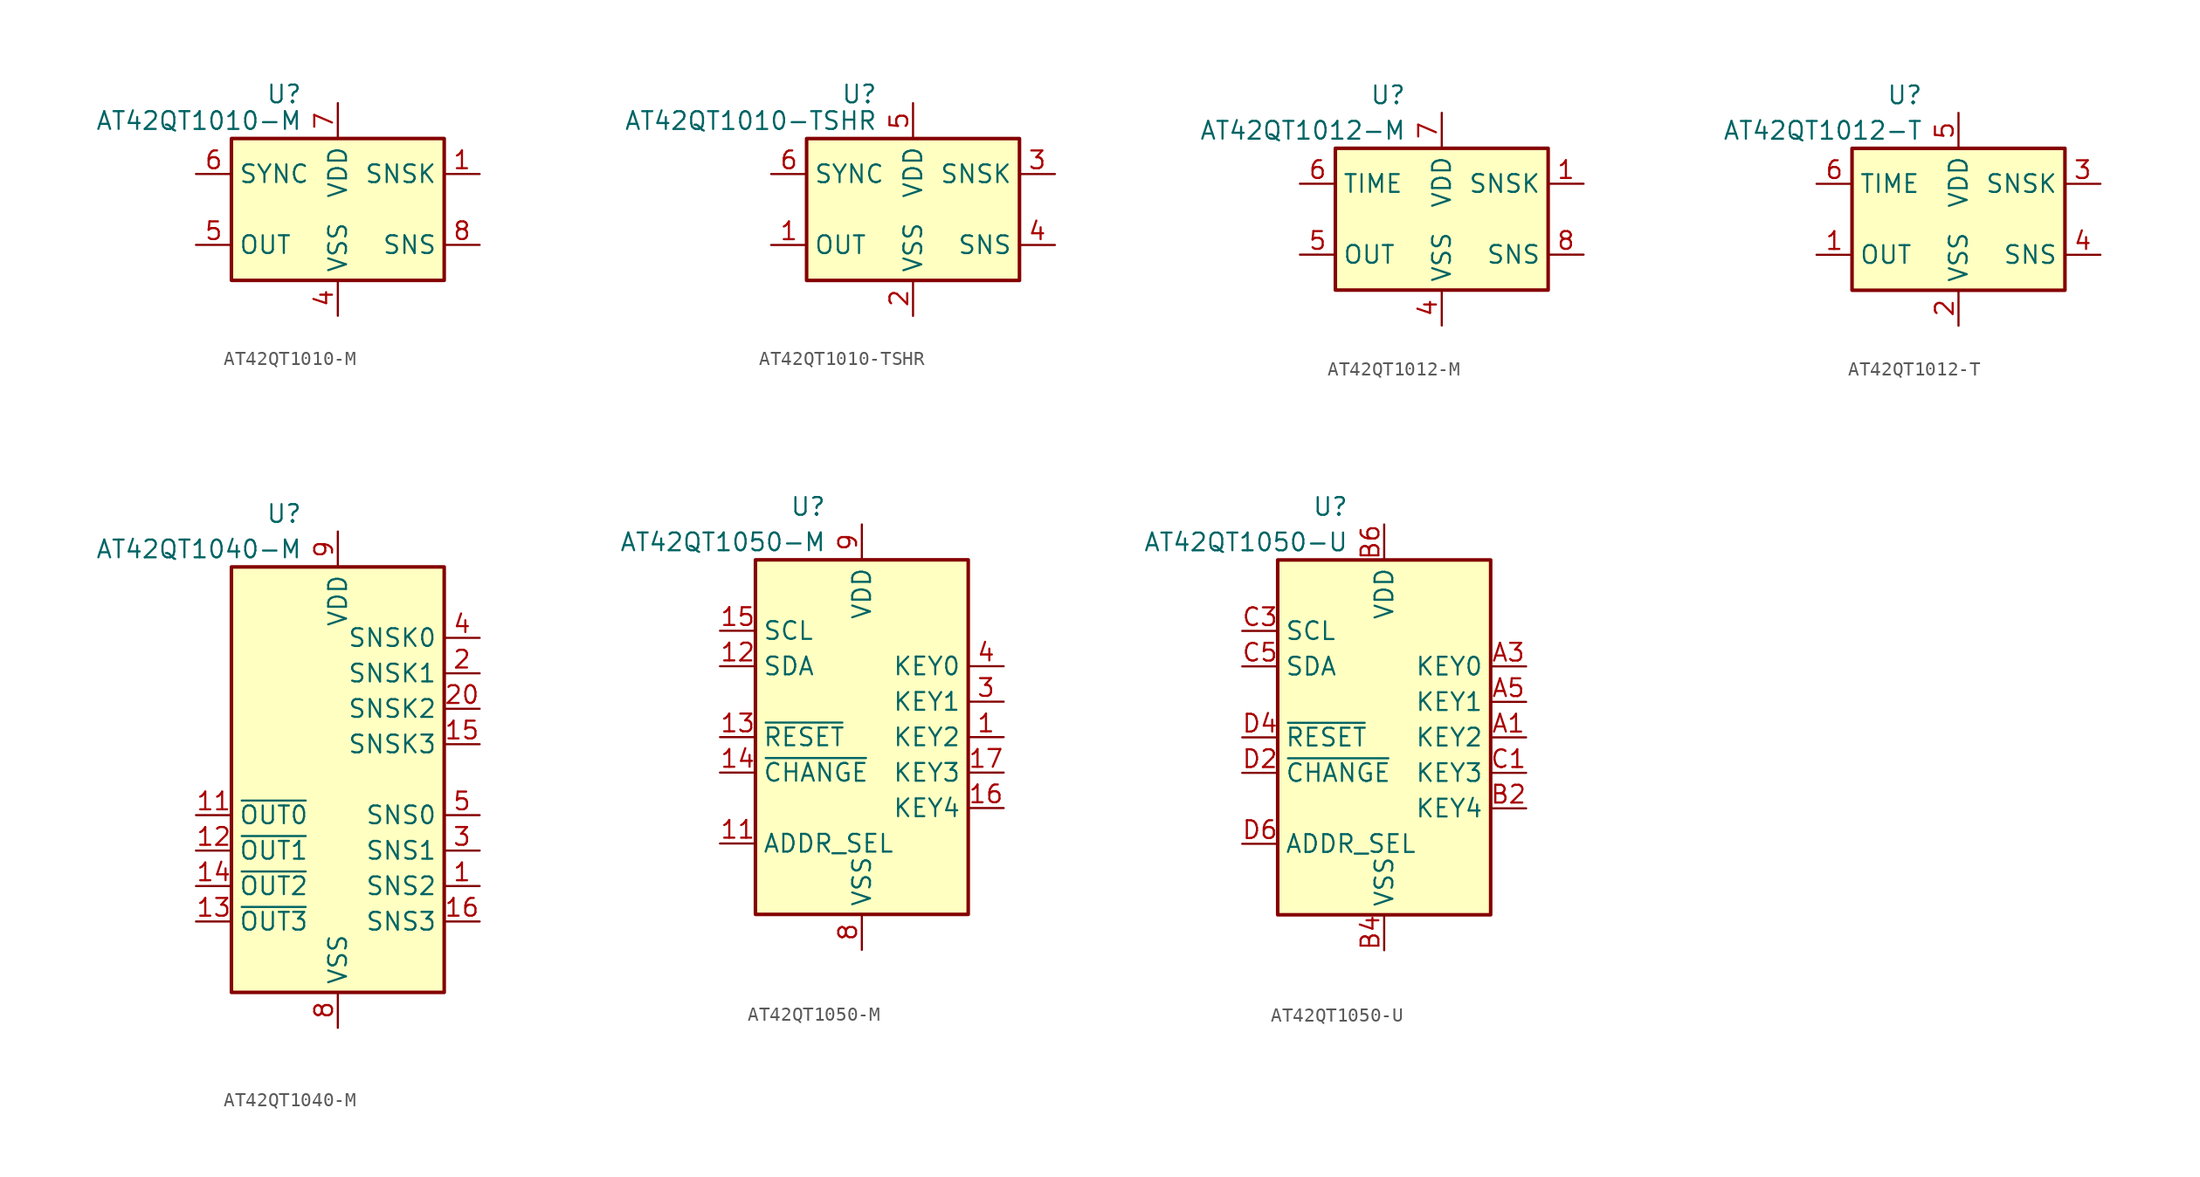
<source format=kicad_sym>
(kicad_symbol_lib
  (version 20231120)
  (generator "kicad_symbol_editor")
  (generator_version "8.0")
  (symbol "AT42QT1010-M"
    (property "Reference" "U"
      (at -2.54 8.255 0)
      (effects (font (size 1.27 1.27)) (justify right)))
    (property "Value" "AT42QT1010-M"
      (at -2.54 6.35 0)
      (effects (font (size 1.27 1.27)) (justify right)))
    (symbol "AT42QT1010-M_0_1"
      (rectangle (start -7.62 5.08) (end 7.62 -5.08) (stroke (width 0.254) (type default)) (fill (type background))))
    (symbol "AT42QT1010-M_1_1"
      (pin passive line (at 10.16 2.54 180) (length 2.54) (name "SNSK" (effects (font (size 1.27 1.27)))) (number "1" (effects (font (size 1.27 1.27)))))
      (pin no_connect line (at -7.62 0 0) (length 2.54) hide (name "NC" (effects (font (size 1.27 1.27)))) (number "2" (effects (font (size 1.27 1.27)))))
      (pin no_connect line (at 7.62 0 180) (length 2.54) hide (name "NC" (effects (font (size 1.27 1.27)))) (number "3" (effects (font (size 1.27 1.27)))))
      (pin power_in line (at 0 -7.62 90) (length 2.54) (name "VSS" (effects (font (size 1.27 1.27)))) (number "4" (effects (font (size 1.27 1.27)))))
      (pin output line (at -10.16 -2.54 0) (length 2.54) (name "OUT" (effects (font (size 1.27 1.27)))) (number "5" (effects (font (size 1.27 1.27)))))
      (pin input line (at -10.16 2.54 0) (length 2.54) (name "SYNC" (effects (font (size 1.27 1.27)))) (number "6" (effects (font (size 1.27 1.27)))))
      (pin power_in line (at 0 7.62 270) (length 2.54) (name "VDD" (effects (font (size 1.27 1.27)))) (number "7" (effects (font (size 1.27 1.27)))))
      (pin passive line (at 10.16 -2.54 180) (length 2.54) (name "SNS" (effects (font (size 1.27 1.27)))) (number "8" (effects (font (size 1.27 1.27)))))
      (pin passive line (at 0 -7.62 90) (length 2.54) hide (name "VSS" (effects (font (size 1.27 1.27)))) (number "9" (effects (font (size 1.27 1.27)))))))
  (symbol "AT42QT1010-TSHR"
    (property "Reference" "U"
      (at -2.54 8.255 0)
      (effects (font (size 1.27 1.27)) (justify right)))
    (property "Value" "AT42QT1010-TSHR"
      (at -2.54 6.35 0)
      (effects (font (size 1.27 1.27)) (justify right)))
    (symbol "AT42QT1010-TSHR_0_1"
      (rectangle (start -7.62 5.08) (end 7.62 -5.08) (stroke (width 0.254) (type default)) (fill (type background))))
    (symbol "AT42QT1010-TSHR_1_1"
      (pin output line (at -10.16 -2.54 0) (length 2.54) (name "OUT" (effects (font (size 1.27 1.27)))) (number "1" (effects (font (size 1.27 1.27)))))
      (pin power_in line (at 0 -7.62 90) (length 2.54) (name "VSS" (effects (font (size 1.27 1.27)))) (number "2" (effects (font (size 1.27 1.27)))))
      (pin passive line (at 10.16 2.54 180) (length 2.54) (name "SNSK" (effects (font (size 1.27 1.27)))) (number "3" (effects (font (size 1.27 1.27)))))
      (pin passive line (at 10.16 -2.54 180) (length 2.54) (name "SNS" (effects (font (size 1.27 1.27)))) (number "4" (effects (font (size 1.27 1.27)))))
      (pin power_in line (at 0 7.62 270) (length 2.54) (name "VDD" (effects (font (size 1.27 1.27)))) (number "5" (effects (font (size 1.27 1.27)))))
      (pin input line (at -10.16 2.54 0) (length 2.54) (name "SYNC" (effects (font (size 1.27 1.27)))) (number "6" (effects (font (size 1.27 1.27)))))))
  (symbol "AT42QT1012-M"
    (property "Reference" "U"
      (at -2.54 8.89 0)
      (effects (font (size 1.27 1.27)) (justify right)))
    (property "Value" "AT42QT1012-M"
      (at -2.54 6.35 0)
      (effects (font (size 1.27 1.27)) (justify right)))
    (symbol "AT42QT1012-M_0_1"
      (rectangle (start -7.62 5.08) (end 7.62 -5.08) (stroke (width 0.254) (type default)) (fill (type background))))
    (symbol "AT42QT1012-M_1_1"
      (pin passive line (at 10.16 2.54 180) (length 2.54) (name "SNSK" (effects (font (size 1.27 1.27)))) (number "1" (effects (font (size 1.27 1.27)))))
      (pin no_connect line (at -7.62 0 0) (length 2.54) hide (name "NC" (effects (font (size 1.27 1.27)))) (number "2" (effects (font (size 1.27 1.27)))))
      (pin no_connect line (at 7.62 0 180) (length 2.54) hide (name "NC" (effects (font (size 1.27 1.27)))) (number "3" (effects (font (size 1.27 1.27)))))
      (pin power_in line (at 0 -7.62 90) (length 2.54) (name "VSS" (effects (font (size 1.27 1.27)))) (number "4" (effects (font (size 1.27 1.27)))))
      (pin output line (at -10.16 -2.54 0) (length 2.54) (name "OUT" (effects (font (size 1.27 1.27)))) (number "5" (effects (font (size 1.27 1.27)))))
      (pin input line (at -10.16 2.54 0) (length 2.54) (name "TIME" (effects (font (size 1.27 1.27)))) (number "6" (effects (font (size 1.27 1.27)))))
      (pin power_in line (at 0 7.62 270) (length 2.54) (name "VDD" (effects (font (size 1.27 1.27)))) (number "7" (effects (font (size 1.27 1.27)))))
      (pin passive line (at 10.16 -2.54 180) (length 2.54) (name "SNS" (effects (font (size 1.27 1.27)))) (number "8" (effects (font (size 1.27 1.27)))))
      (pin passive line (at 0 -7.62 90) (length 2.54) hide (name "VSS" (effects (font (size 1.27 1.27)))) (number "9" (effects (font (size 1.27 1.27)))))))
  (symbol "AT42QT1012-T"
    (property "Reference" "U"
      (at -2.54 8.89 0)
      (effects (font (size 1.27 1.27)) (justify right)))
    (property "Value" "AT42QT1012-T"
      (at -2.54 6.35 0)
      (effects (font (size 1.27 1.27)) (justify right)))
    (symbol "AT42QT1012-T_0_1"
      (rectangle (start -7.62 5.08) (end 7.62 -5.08) (stroke (width 0.254) (type default)) (fill (type background))))
    (symbol "AT42QT1012-T_1_1"
      (pin output line (at -10.16 -2.54 0) (length 2.54) (name "OUT" (effects (font (size 1.27 1.27)))) (number "1" (effects (font (size 1.27 1.27)))))
      (pin power_in line (at 0 -7.62 90) (length 2.54) (name "VSS" (effects (font (size 1.27 1.27)))) (number "2" (effects (font (size 1.27 1.27)))))
      (pin passive line (at 10.16 2.54 180) (length 2.54) (name "SNSK" (effects (font (size 1.27 1.27)))) (number "3" (effects (font (size 1.27 1.27)))))
      (pin passive line (at 10.16 -2.54 180) (length 2.54) (name "SNS" (effects (font (size 1.27 1.27)))) (number "4" (effects (font (size 1.27 1.27)))))
      (pin power_in line (at 0 7.62 270) (length 2.54) (name "VDD" (effects (font (size 1.27 1.27)))) (number "5" (effects (font (size 1.27 1.27)))))
      (pin input line (at -10.16 2.54 0) (length 2.54) (name "TIME" (effects (font (size 1.27 1.27)))) (number "6" (effects (font (size 1.27 1.27)))))))
  (symbol "AT42QT1040-M"
    (property "Reference" "U"
      (at -2.54 19.05 0)
      (effects (font (size 1.27 1.27)) (justify right)))
    (property "Value" "AT42QT1040-M"
      (at -2.54 16.51 0)
      (effects (font (size 1.27 1.27)) (justify right)))
    (symbol "AT42QT1040-M_0_1"
      (rectangle (start -7.62 15.24) (end 7.62 -15.24) (stroke (width 0.254) (type default)) (fill (type background))))
    (symbol "AT42QT1040-M_1_1"
      (pin passive line (at 10.16 -7.62 180) (length 2.54) (name "SNS2" (effects (font (size 1.27 1.27)))) (number "1" (effects (font (size 1.27 1.27)))))
      (pin no_connect line (at -7.62 7.62 0) (length 2.54) hide (name "NC" (effects (font (size 1.27 1.27)))) (number "10" (effects (font (size 1.27 1.27)))))
      (pin open_collector line (at -10.16 -2.54 0) (length 2.54) (name "~{OUT0}" (effects (font (size 1.27 1.27)))) (number "11" (effects (font (size 1.27 1.27)))))
      (pin open_collector line (at -10.16 -5.08 0) (length 2.54) (name "~{OUT1}" (effects (font (size 1.27 1.27)))) (number "12" (effects (font (size 1.27 1.27)))))
      (pin open_collector line (at -10.16 -10.16 0) (length 2.54) (name "~{OUT3}" (effects (font (size 1.27 1.27)))) (number "13" (effects (font (size 1.27 1.27)))))
      (pin open_collector line (at -10.16 -7.62 0) (length 2.54) (name "~{OUT2}" (effects (font (size 1.27 1.27)))) (number "14" (effects (font (size 1.27 1.27)))))
      (pin passive line (at 10.16 2.54 180) (length 2.54) (name "SNSK3" (effects (font (size 1.27 1.27)))) (number "15" (effects (font (size 1.27 1.27)))))
      (pin passive line (at 10.16 -10.16 180) (length 2.54) (name "SNS3" (effects (font (size 1.27 1.27)))) (number "16" (effects (font (size 1.27 1.27)))))
      (pin no_connect line (at -7.62 5.08 0) (length 2.54) hide (name "NC" (effects (font (size 1.27 1.27)))) (number "17" (effects (font (size 1.27 1.27)))))
      (pin no_connect line (at -7.62 2.54 0) (length 2.54) hide (name "NC" (effects (font (size 1.27 1.27)))) (number "18" (effects (font (size 1.27 1.27)))))
      (pin no_connect line (at -7.62 0 0) (length 2.54) hide (name "NC" (effects (font (size 1.27 1.27)))) (number "19" (effects (font (size 1.27 1.27)))))
      (pin passive line (at 10.16 7.62 180) (length 2.54) (name "SNSK1" (effects (font (size 1.27 1.27)))) (number "2" (effects (font (size 1.27 1.27)))))
      (pin passive line (at 10.16 5.08 180) (length 2.54) (name "SNSK2" (effects (font (size 1.27 1.27)))) (number "20" (effects (font (size 1.27 1.27)))))
      (pin passive line (at 0 -17.78 90) (length 2.54) hide (name "VSS" (effects (font (size 1.27 1.27)))) (number "21" (effects (font (size 1.27 1.27)))))
      (pin passive line (at 10.16 -5.08 180) (length 2.54) (name "SNS1" (effects (font (size 1.27 1.27)))) (number "3" (effects (font (size 1.27 1.27)))))
      (pin passive line (at 10.16 10.16 180) (length 2.54) (name "SNSK0" (effects (font (size 1.27 1.27)))) (number "4" (effects (font (size 1.27 1.27)))))
      (pin passive line (at 10.16 -2.54 180) (length 2.54) (name "SNS0" (effects (font (size 1.27 1.27)))) (number "5" (effects (font (size 1.27 1.27)))))
      (pin no_connect line (at -7.62 12.7 0) (length 2.54) hide (name "NC" (effects (font (size 1.27 1.27)))) (number "6" (effects (font (size 1.27 1.27)))))
      (pin no_connect line (at -7.62 10.16 0) (length 2.54) hide (name "NC" (effects (font (size 1.27 1.27)))) (number "7" (effects (font (size 1.27 1.27)))))
      (pin power_in line (at 0 -17.78 90) (length 2.54) (name "VSS" (effects (font (size 1.27 1.27)))) (number "8" (effects (font (size 1.27 1.27)))))
      (pin power_in line (at 0 17.78 270) (length 2.54) (name "VDD" (effects (font (size 1.27 1.27)))) (number "9" (effects (font (size 1.27 1.27)))))))
  (symbol "AT42QT1050-M"
    (property "Reference" "U"
      (at -2.54 16.51 0)
      (effects (font (size 1.27 1.27)) (justify right)))
    (property "Value" "AT42QT1050-M"
      (at -2.54 13.97 0)
      (effects (font (size 1.27 1.27)) (justify right)))
    (symbol "AT42QT1050-M_0_1"
      (rectangle (start -7.62 12.7) (end 7.62 -12.7) (stroke (width 0.254) (type default)) (fill (type background))))
    (symbol "AT42QT1050-M_1_1"
      (pin passive line (at 10.16 0 180) (length 2.54) (name "KEY2" (effects (font (size 1.27 1.27)))) (number "1" (effects (font (size 1.27 1.27)))))
      (pin no_connect line (at 7.62 10.16 180) (length 2.54) hide (name "NC" (effects (font (size 1.27 1.27)))) (number "10" (effects (font (size 1.27 1.27)))))
      (pin input line (at -10.16 -7.62 0) (length 2.54) (name "ADDR_SEL" (effects (font (size 1.27 1.27)))) (number "11" (effects (font (size 1.27 1.27)))))
      (pin bidirectional line (at -10.16 5.08 0) (length 2.54) (name "SDA" (effects (font (size 1.27 1.27)))) (number "12" (effects (font (size 1.27 1.27)))))
      (pin input line (at -10.16 0 0) (length 2.54) (name "~{RESET}" (effects (font (size 1.27 1.27)))) (number "13" (effects (font (size 1.27 1.27)))))
      (pin open_collector line (at -10.16 -2.54 0) (length 2.54) (name "~{CHANGE}" (effects (font (size 1.27 1.27)))) (number "14" (effects (font (size 1.27 1.27)))))
      (pin input line (at -10.16 7.62 0) (length 2.54) (name "SCL" (effects (font (size 1.27 1.27)))) (number "15" (effects (font (size 1.27 1.27)))))
      (pin passive line (at 10.16 -5.08 180) (length 2.54) (name "KEY4" (effects (font (size 1.27 1.27)))) (number "16" (effects (font (size 1.27 1.27)))))
      (pin passive line (at 10.16 -2.54 180) (length 2.54) (name "KEY3" (effects (font (size 1.27 1.27)))) (number "17" (effects (font (size 1.27 1.27)))))
      (pin no_connect line (at 7.62 7.62 180) (length 2.54) hide (name "NC" (effects (font (size 1.27 1.27)))) (number "18" (effects (font (size 1.27 1.27)))))
      (pin no_connect line (at 7.62 -7.62 180) (length 2.54) hide (name "NC" (effects (font (size 1.27 1.27)))) (number "19" (effects (font (size 1.27 1.27)))))
      (pin no_connect line (at -7.62 10.16 0) (length 2.54) hide (name "NC" (effects (font (size 1.27 1.27)))) (number "2" (effects (font (size 1.27 1.27)))))
      (pin no_connect line (at 7.62 -10.16 180) (length 2.54) hide (name "NC" (effects (font (size 1.27 1.27)))) (number "20" (effects (font (size 1.27 1.27)))))
      (pin passive line (at 0 -15.24 90) (length 2.54) hide (name "VSS" (effects (font (size 1.27 1.27)))) (number "21" (effects (font (size 1.27 1.27)))))
      (pin passive line (at 10.16 2.54 180) (length 2.54) (name "KEY1" (effects (font (size 1.27 1.27)))) (number "3" (effects (font (size 1.27 1.27)))))
      (pin passive line (at 10.16 5.08 180) (length 2.54) (name "KEY0" (effects (font (size 1.27 1.27)))) (number "4" (effects (font (size 1.27 1.27)))))
      (pin no_connect line (at -7.62 2.54 0) (length 2.54) hide (name "NC" (effects (font (size 1.27 1.27)))) (number "5" (effects (font (size 1.27 1.27)))))
      (pin no_connect line (at -7.62 -5.08 0) (length 2.54) hide (name "NC" (effects (font (size 1.27 1.27)))) (number "6" (effects (font (size 1.27 1.27)))))
      (pin no_connect line (at -7.62 -10.16 0) (length 2.54) hide (name "NC" (effects (font (size 1.27 1.27)))) (number "7" (effects (font (size 1.27 1.27)))))
      (pin power_in line (at 0 -15.24 90) (length 2.54) (name "VSS" (effects (font (size 1.27 1.27)))) (number "8" (effects (font (size 1.27 1.27)))))
      (pin power_in line (at 0 15.24 270) (length 2.54) (name "VDD" (effects (font (size 1.27 1.27)))) (number "9" (effects (font (size 1.27 1.27)))))))
  (symbol "AT42QT1050-U"
    (property "Reference" "U"
      (at -2.54 16.51 0)
      (effects (font (size 1.27 1.27)) (justify right)))
    (property "Value" "AT42QT1050-U"
      (at -2.54 13.97 0)
      (effects (font (size 1.27 1.27)) (justify right)))
    (symbol "AT42QT1050-U_0_1"
      (rectangle (start -7.62 12.7) (end 7.62 -12.7) (stroke (width 0.254) (type default)) (fill (type background))))
    (symbol "AT42QT1050-U_1_1"
      (pin passive line (at 10.16 0 180) (length 2.54) (name "KEY2" (effects (font (size 1.27 1.27)))) (number "A1" (effects (font (size 1.27 1.27)))))
      (pin passive line (at 10.16 5.08 180) (length 2.54) (name "KEY0" (effects (font (size 1.27 1.27)))) (number "A3" (effects (font (size 1.27 1.27)))))
      (pin passive line (at 10.16 2.54 180) (length 2.54) (name "KEY1" (effects (font (size 1.27 1.27)))) (number "A5" (effects (font (size 1.27 1.27)))))
      (pin passive line (at 10.16 -5.08 180) (length 2.54) (name "KEY4" (effects (font (size 1.27 1.27)))) (number "B2" (effects (font (size 1.27 1.27)))))
      (pin power_in line (at 0 -15.24 90) (length 2.54) (name "VSS" (effects (font (size 1.27 1.27)))) (number "B4" (effects (font (size 1.27 1.27)))))
      (pin power_in line (at 0 15.24 270) (length 2.54) (name "VDD" (effects (font (size 1.27 1.27)))) (number "B6" (effects (font (size 1.27 1.27)))))
      (pin passive line (at 10.16 -2.54 180) (length 2.54) (name "KEY3" (effects (font (size 1.27 1.27)))) (number "C1" (effects (font (size 1.27 1.27)))))
      (pin input line (at -10.16 7.62 0) (length 2.54) (name "SCL" (effects (font (size 1.27 1.27)))) (number "C3" (effects (font (size 1.27 1.27)))))
      (pin bidirectional line (at -10.16 5.08 0) (length 2.54) (name "SDA" (effects (font (size 1.27 1.27)))) (number "C5" (effects (font (size 1.27 1.27)))))
      (pin open_collector line (at -10.16 -2.54 0) (length 2.54) (name "~{CHANGE}" (effects (font (size 1.27 1.27)))) (number "D2" (effects (font (size 1.27 1.27)))))
      (pin input line (at -10.16 0 0) (length 2.54) (name "~{RESET}" (effects (font (size 1.27 1.27)))) (number "D4" (effects (font (size 1.27 1.27)))))
      (pin input line (at -10.16 -7.62 0) (length 2.54) (name "ADDR_SEL" (effects (font (size 1.27 1.27)))) (number "D6" (effects (font (size 1.27 1.27))))))))
</source>
